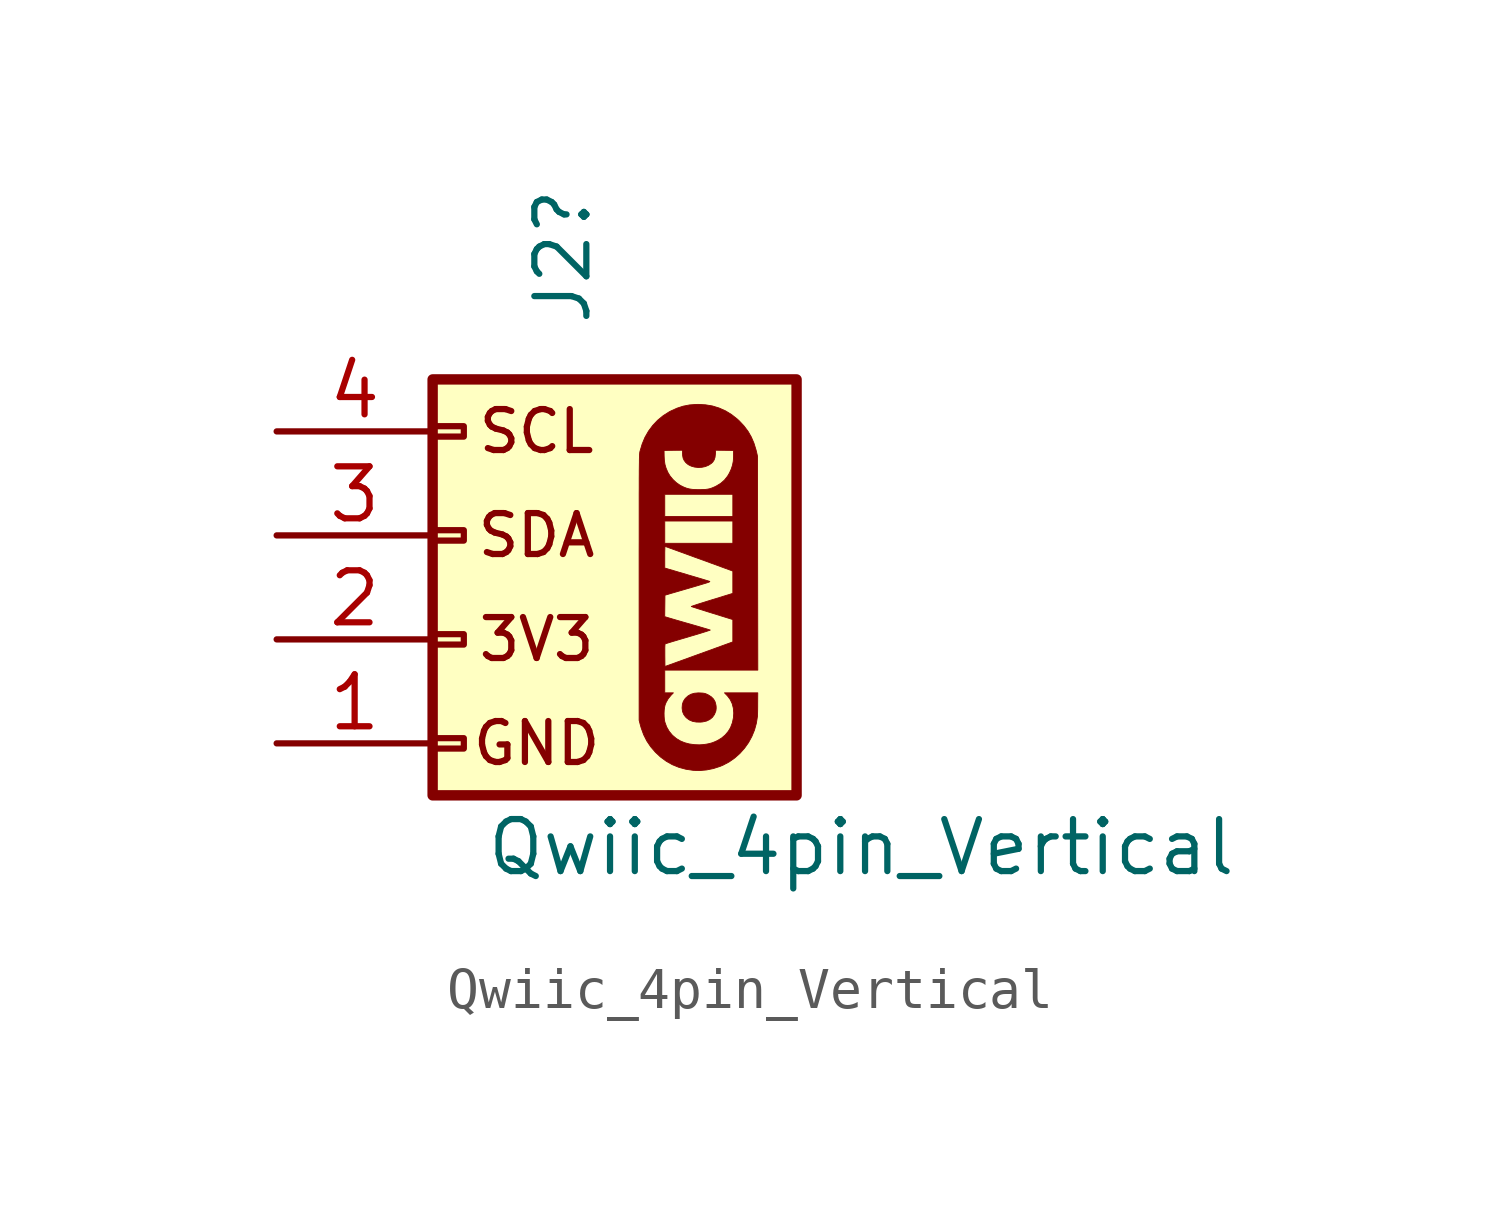
<source format=kicad_sym>
(kicad_symbol_lib
  (version 20241209)
  (generator "kicad_symbol_editor")
  (generator_version "9.0")
  (symbol "Qwiic_4pin_Vertical"
    (pin_names
      (offset 1.016)
      (hide yes))
    (property "Reference" "J2"
      (at 1.905 5.08 90)
      (effects (font (size 1.27 1.27)) (justify left)))
    (property "Value" "Qwiic_4pin_Vertical"
      (at 0 -7.62 0)
      (effects (font (size 1.27 1.27)) (justify left)))
    (symbol "Qwiic_4pin_Vertical_0_0"
      (polyline (pts (xy 5.651 -4.146) (xy 5.63 -4.065) (xy 5.592 -3.998) (xy 5.537 -3.943) (xy 5.463 -3.896) (xy 5.439 -3.884) (xy 5.402 -3.868) (xy 5.368 -3.858) (xy 5.329 -3.852) (xy 5.277 -3.849) (xy 5.218 -3.847) (xy 5.123 -3.856) (xy 5.04 -3.88) (xy 4.97 -3.92) (xy 4.908 -3.976) (xy 4.894 -3.992) (xy 4.854 -4.055) (xy 4.831 -4.124) (xy 4.824 -4.205) (xy 4.824 -4.222) (xy 4.834 -4.301) (xy 4.861 -4.369) (xy 4.905 -4.431) (xy 4.933 -4.459) (xy 5.001 -4.509) (xy 5.079 -4.542) (xy 5.17 -4.559) (xy 5.274 -4.561) (xy 5.326 -4.556) (xy 5.42 -4.535) (xy 5.499 -4.497) (xy 5.564 -4.444) (xy 5.613 -4.376) (xy 5.647 -4.293) (xy 5.65 -4.279) (xy 5.656 -4.232) (xy 5.656 -4.188) (xy 5.651 -4.146)) (stroke (width 0.01) (type default)) (fill (type outline)))
      (polyline (pts (xy 6.669 -0.679) (xy 6.666 1.933) (xy 6.642 2.039) (xy 6.63 2.087) (xy 6.579 2.253) (xy 6.514 2.404) (xy 6.434 2.543) (xy 6.336 2.673) (xy 6.221 2.796) (xy 6.17 2.843) (xy 6.03 2.953) (xy 5.884 3.042) (xy 5.729 3.111) (xy 5.567 3.161) (xy 5.395 3.19) (xy 5.215 3.2) (xy 5.17 3.199) (xy 5.006 3.187) (xy 4.851 3.157) (xy 4.701 3.108) (xy 4.551 3.04) (xy 4.51 3.019) (xy 4.361 2.924) (xy 4.226 2.813) (xy 4.107 2.687) (xy 4.003 2.547) (xy 3.916 2.395) (xy 3.847 2.229) (xy 3.795 2.053) (xy 3.793 2.045) (xy 3.791 2.036) (xy 3.789 2.024) (xy 3.788 2.011) (xy 3.786 1.994) (xy 3.785 1.973) (xy 3.784 1.948) (xy 3.783 1.918) (xy 3.781 1.881) (xy 3.78 1.838) (xy 3.78 1.787) (xy 3.779 1.728) (xy 3.778 1.659) (xy 3.777 1.581) (xy 3.777 1.492) (xy 3.776 1.393) (xy 3.776 1.28) (xy 3.776 1.156) (xy 3.775 1.017) (xy 3.775 0.865) (xy 3.775 0.697) (xy 3.775 0.514) (xy 3.775 0.314) (xy 3.775 0.097) (xy 3.775 -0.139) (xy 3.774 -0.393) (xy 3.774 -0.666) (xy 3.774 -0.96) (xy 3.774 -1.274) (xy 3.774 -4.515) (xy 3.804 -4.632) (xy 3.824 -4.703) (xy 3.884 -4.868) (xy 3.961 -5.021) (xy 4.056 -5.162) (xy 4.17 -5.295) (xy 4.295 -5.412) (xy 4.436 -5.516) (xy 4.586 -5.601) (xy 4.746 -5.666) (xy 4.916 -5.712) (xy 5.096 -5.739) (xy 5.257 -5.744) (xy 5.423 -5.729) (xy 5.589 -5.695) (xy 5.753 -5.642) (xy 5.824 -5.612) (xy 5.973 -5.533) (xy 6.111 -5.436) (xy 6.237 -5.324) (xy 6.349 -5.198) (xy 6.447 -5.06) (xy 6.528 -4.911) (xy 6.593 -4.753) (xy 6.638 -4.588) (xy 6.665 -4.417) (xy 6.665 -4.405) (xy 6.666 -4.37) (xy 6.668 -4.32) (xy 6.669 -4.257) (xy 6.67 -4.186) (xy 6.67 -4.11) (xy 6.672 -3.846) (xy 6.266 -3.846) (xy 5.859 -3.846) (xy 5.922 -3.91) (xy 5.935 -3.924) (xy 6 -4.011) (xy 6.047 -4.11) (xy 6.075 -4.219) (xy 6.085 -4.338) (xy 6.078 -4.451) (xy 6.052 -4.575) (xy 6.007 -4.694) (xy 5.952 -4.786) (xy 5.877 -4.875) (xy 5.786 -4.952) (xy 5.683 -5.013) (xy 5.631 -5.037) (xy 5.564 -5.064) (xy 5.498 -5.083) (xy 5.425 -5.098) (xy 5.338 -5.11) (xy 5.245 -5.116) (xy 5.122 -5.111) (xy 5 -5.094) (xy 4.886 -5.064) (xy 4.786 -5.023) (xy 4.683 -4.962) (xy 4.588 -4.882) (xy 4.509 -4.788) (xy 4.447 -4.681) (xy 4.404 -4.563) (xy 4.403 -4.561) (xy 4.391 -4.499) (xy 4.385 -4.424) (xy 4.383 -4.345) (xy 4.387 -4.266) (xy 4.396 -4.196) (xy 4.409 -4.14) (xy 4.432 -4.082) (xy 4.485 -3.988) (xy 4.555 -3.903) (xy 4.611 -3.846) (xy 4.505 -3.846) (xy 4.4 -3.846) (xy 4.4 -3.569) (xy 4.4 -3.291) (xy 4.405 -3.291) (xy 4.405 -3.202) (xy 4.402 -2.93) (xy 4.402 -2.896) (xy 4.402 -2.808) (xy 4.402 -2.739) (xy 4.404 -2.691) (xy 4.407 -2.661) (xy 4.411 -2.65) (xy 4.414 -2.648) (xy 4.434 -2.642) (xy 4.472 -2.63) (xy 4.527 -2.613) (xy 4.595 -2.592) (xy 4.676 -2.568) (xy 4.767 -2.541) (xy 4.866 -2.512) (xy 4.971 -2.481) (xy 5.017 -2.467) (xy 5.119 -2.437) (xy 5.213 -2.409) (xy 5.298 -2.383) (xy 5.371 -2.36) (xy 5.431 -2.341) (xy 5.475 -2.326) (xy 5.503 -2.317) (xy 5.511 -2.312) (xy 5.505 -2.31) (xy 5.48 -2.302) (xy 5.437 -2.288) (xy 5.379 -2.271) (xy 5.309 -2.25) (xy 5.228 -2.226) (xy 5.138 -2.2) (xy 5.041 -2.172) (xy 4.985 -2.156) (xy 4.886 -2.128) (xy 4.793 -2.101) (xy 4.706 -2.076) (xy 4.63 -2.054) (xy 4.567 -2.035) (xy 4.519 -2.021) (xy 4.489 -2.012) (xy 4.399 -1.985) (xy 4.402 -1.723) (xy 4.405 -1.461) (xy 4.584 -1.408) (xy 4.616 -1.399) (xy 4.774 -1.353) (xy 4.912 -1.313) (xy 5.032 -1.278) (xy 5.135 -1.248) (xy 5.222 -1.222) (xy 5.295 -1.2) (xy 5.354 -1.182) (xy 5.402 -1.168) (xy 5.438 -1.156) (xy 5.465 -1.147) (xy 5.483 -1.139) (xy 5.495 -1.134) (xy 5.5 -1.13) (xy 5.5 -1.126) (xy 5.497 -1.124) (xy 5.492 -1.121) (xy 5.49 -1.121) (xy 5.469 -1.114) (xy 5.43 -1.102) (xy 5.374 -1.085) (xy 5.305 -1.064) (xy 5.224 -1.04) (xy 5.133 -1.013) (xy 5.034 -0.984) (xy 4.93 -0.953) (xy 4.4 -0.797) (xy 4.4 -0.533) (xy 4.4 -0.479) (xy 4.4 -0.411) (xy 4.402 -0.353) (xy 4.403 -0.308) (xy 4.405 -0.279) (xy 4.407 -0.269) (xy 4.409 -0.269) (xy 4.428 -0.276) (xy 4.466 -0.289) (xy 4.52 -0.309) (xy 4.59 -0.334) (xy 4.673 -0.364) (xy 4.768 -0.399) (xy 4.874 -0.437) (xy 4.988 -0.479) (xy 5.11 -0.524) (xy 5.238 -0.57) (xy 6.063 -0.872) (xy 6.063 -0.193) (xy 5.231 -0.193) (xy 4.4 -0.193) (xy 4.4 0.079) (xy 4.4 0.351) (xy 5.231 0.351) (xy 6.063 0.351) (xy 6.063 0.46) (xy 5.231 0.46) (xy 4.4 0.46) (xy 4.4 0.732) (xy 4.4 1.004) (xy 5.231 1.004) (xy 5.237 1.004) (xy 5.237 1.118) (xy 5.146 1.119) (xy 5.067 1.125) (xy 4.997 1.136) (xy 4.933 1.153) (xy 4.868 1.178) (xy 4.797 1.213) (xy 4.766 1.23) (xy 4.681 1.29) (xy 4.601 1.365) (xy 4.531 1.449) (xy 4.478 1.536) (xy 4.469 1.556) (xy 4.431 1.646) (xy 4.405 1.735) (xy 4.391 1.83) (xy 4.385 1.939) (xy 4.383 2.075) (xy 4.609 2.078) (xy 4.835 2.08) (xy 4.835 1.996) (xy 4.837 1.948) (xy 4.849 1.886) (xy 4.874 1.832) (xy 4.914 1.779) (xy 4.973 1.729) (xy 5.046 1.692) (xy 5.128 1.669) (xy 5.215 1.659) (xy 5.304 1.663) (xy 5.39 1.681) (xy 5.47 1.714) (xy 5.54 1.76) (xy 5.573 1.792) (xy 5.607 1.844) (xy 5.628 1.907) (xy 5.637 1.984) (xy 5.642 2.08) (xy 5.861 2.078) (xy 6.08 2.075) (xy 6.081 1.971) (xy 6.081 1.921) (xy 6.074 1.813) (xy 6.055 1.716) (xy 6.024 1.62) (xy 5.978 1.52) (xy 5.934 1.446) (xy 5.857 1.35) (xy 5.765 1.27) (xy 5.659 1.206) (xy 5.625 1.189) (xy 5.565 1.163) (xy 5.51 1.143) (xy 5.455 1.131) (xy 5.395 1.123) (xy 5.324 1.119) (xy 5.237 1.118) (xy 5.237 1.004) (xy 6.063 1.004) (xy 6.063 0.732) (xy 6.063 0.46) (xy 6.063 0.351) (xy 6.063 0.079) (xy 6.063 -0.193) (xy 6.063 -0.872) (xy 6.063 -1.144) (xy 6.063 -1.416) (xy 5.552 -1.573) (xy 5.536 -1.578) (xy 5.436 -1.609) (xy 5.344 -1.638) (xy 5.26 -1.664) (xy 5.188 -1.687) (xy 5.129 -1.707) (xy 5.085 -1.722) (xy 5.058 -1.732) (xy 5.049 -1.737) (xy 5.049 -1.737) (xy 5.062 -1.742) (xy 5.094 -1.753) (xy 5.142 -1.768) (xy 5.205 -1.789) (xy 5.28 -1.812) (xy 5.366 -1.839) (xy 5.46 -1.869) (xy 5.56 -1.9) (xy 6.063 -2.056) (xy 6.063 -2.328) (xy 6.063 -2.601) (xy 5.234 -2.902) (xy 4.405 -3.202) (xy 4.405 -3.291) (xy 5.536 -3.291) (xy 6.673 -3.291) (xy 6.669 -0.679)) (stroke (width 0.01) (type default)) (fill (type outline))))
    (symbol "Qwiic_4pin_Vertical_1_1"
      (rectangle (start -1.27 3.81) (end 7.62 -6.35) (stroke (width 0.254) (type default)) (fill (type background)))
      (rectangle (start -1.27 2.667) (end -0.508 2.413) (stroke (width 0.152) (type default)) (fill (type none)))
      (rectangle (start -1.27 0.127) (end -0.508 -0.127) (stroke (width 0.152) (type default)) (fill (type none)))
      (rectangle (start -1.27 -2.413) (end -0.508 -2.667) (stroke (width 0.152) (type default)) (fill (type none)))
      (rectangle (start -1.27 -4.953) (end -0.508 -5.207) (stroke (width 0.152) (type default)) (fill (type none)))
      (text "SCL" (at 1.27 2.54 0) (effects (font (size 1 1))))
      (text "SDA" (at 1.27 0 0) (effects (font (size 1 1))))
      (text "3V3" (at 1.27 -2.54 0) (effects (font (size 1 1))))
      (text "GND" (at 1.27 -5.08 0) (effects (font (size 1 1))))
      (pin passive line (at -5.08 2.54 0) (length 3.81) (name "Pin_4" (effects (font (size 1.27 1.27)))) (number "4" (effects (font (size 1.27 1.27)))))
      (pin passive line (at -5.08 0 0) (length 3.81) (name "Pin_3" (effects (font (size 1.27 1.27)))) (number "3" (effects (font (size 1.27 1.27)))))
      (pin passive line (at -5.08 -2.54 0) (length 3.81) (name "Pin_2" (effects (font (size 1.27 1.27)))) (number "2" (effects (font (size 1.27 1.27)))))
      (pin passive line (at -5.08 -5.08 0) (length 3.81) (name "Pin_1" (effects (font (size 1.27 1.27)))) (number "1" (effects (font (size 1.27 1.27)))))
      (pin no_connect line (at 2.54 3.81 270) (length 2.54) (hide yes) (name "NC" (effects (font (size 1.27 1.27)))) (number "NC1" (effects (font (size 1.27 1.27)))))
      (pin no_connect line (at 2.54 3.81 270) (length 2.54) (hide yes) (name "NC" (effects (font (size 1.27 1.27)))) (number "NC2" (effects (font (size 1.27 1.27))))))))
</source>
